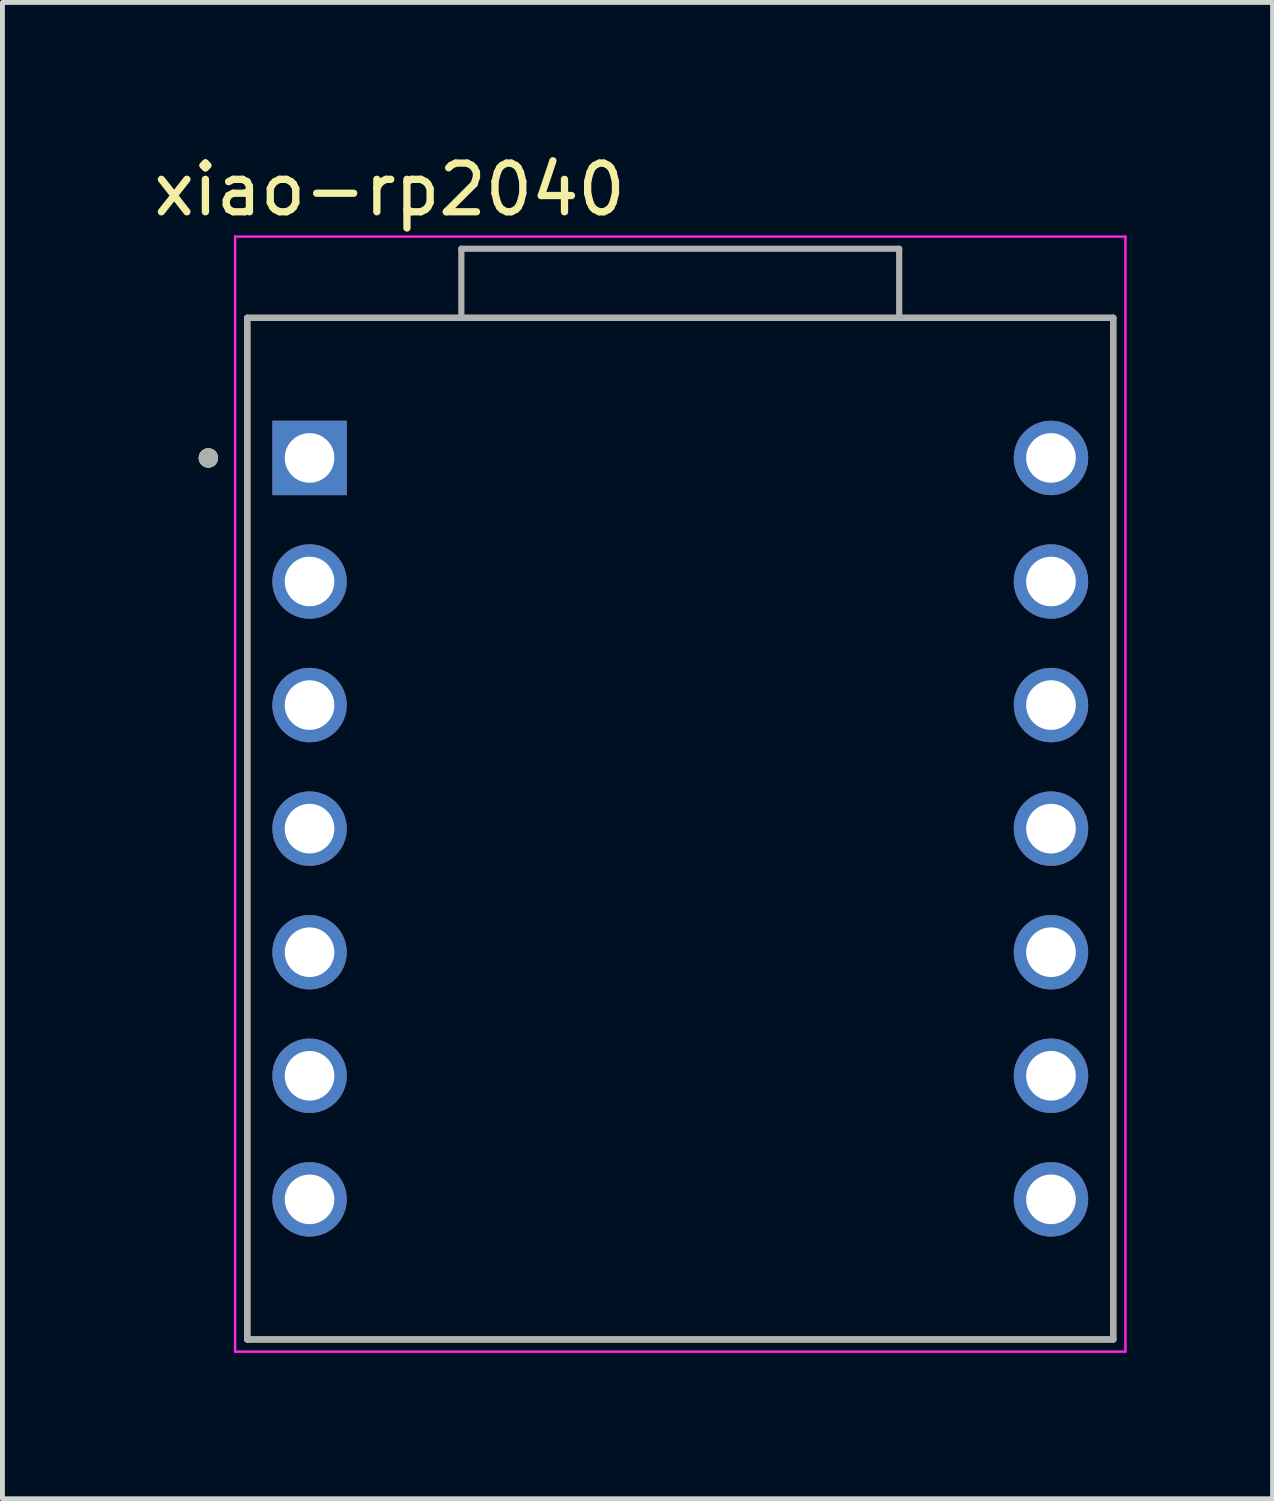
<source format=kicad_pcb>
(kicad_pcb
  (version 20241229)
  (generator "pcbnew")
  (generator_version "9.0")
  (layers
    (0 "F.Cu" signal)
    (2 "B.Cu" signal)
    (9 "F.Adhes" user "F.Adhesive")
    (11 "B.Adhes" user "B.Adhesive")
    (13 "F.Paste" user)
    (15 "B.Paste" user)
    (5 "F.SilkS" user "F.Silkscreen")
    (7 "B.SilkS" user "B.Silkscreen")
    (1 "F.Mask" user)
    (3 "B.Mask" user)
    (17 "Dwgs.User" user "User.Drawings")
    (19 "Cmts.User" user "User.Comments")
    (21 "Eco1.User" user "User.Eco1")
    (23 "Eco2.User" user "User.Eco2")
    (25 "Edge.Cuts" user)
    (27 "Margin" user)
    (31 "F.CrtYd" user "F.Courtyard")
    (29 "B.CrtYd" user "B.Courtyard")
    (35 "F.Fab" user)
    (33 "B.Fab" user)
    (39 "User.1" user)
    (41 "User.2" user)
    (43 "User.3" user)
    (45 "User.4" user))
  (footprint "xiao-rp2040"
    (layer "F.Cu")
    (at 10.933 13.983)
    (property "Reference" "xiao-rp2040" (at -5.975 -13.135 0) (layer "F.SilkS") (effects (font (size 1 1) (thickness 0.15))))
    (attr through_hole)
    (fp_line (start -8.9 -10.5) (end -8.9 10.5) (stroke (width 0.127) (type solid)) (layer "F.SilkS"))
    (fp_line (start -8.9 10.5) (end 8.9 10.5) (stroke (width 0.127) (type solid)) (layer "F.SilkS"))
    (fp_line (start 8.9 -10.5) (end -8.9 -10.5) (stroke (width 0.127) (type solid)) (layer "F.SilkS"))
    (fp_line (start 8.9 10.5) (end 8.9 -10.5) (stroke (width 0.127) (type solid)) (layer "F.SilkS"))
    (fp_circle (center -9.7 -7.62) (end -9.6 -7.62) (stroke (width 0.2) (type solid)) (fill no) (layer "F.SilkS"))
    (fp_line (start -9.15 -12.17) (end 9.15 -12.17) (stroke (width 0.05) (type solid)) (layer "F.CrtYd"))
    (fp_line (start -9.15 10.75) (end -9.15 -12.17) (stroke (width 0.05) (type solid)) (layer "F.CrtYd"))
    (fp_line (start 9.15 -12.17) (end 9.15 10.75) (stroke (width 0.05) (type solid)) (layer "F.CrtYd"))
    (fp_line (start 9.15 10.75) (end -9.15 10.75) (stroke (width 0.05) (type solid)) (layer "F.CrtYd"))
    (fp_line (start -8.9 -10.5) (end -8.9 10.5) (stroke (width 0.127) (type solid)) (layer "F.Fab"))
    (fp_line (start -8.9 10.5) (end 8.9 10.5) (stroke (width 0.127) (type solid)) (layer "F.Fab"))
    (fp_line (start -4.5 -11.92) (end 4.5 -11.92) (stroke (width 0.127) (type solid)) (layer "F.Fab"))
    (fp_line (start -4.5 -10.5) (end -8.9 -10.5) (stroke (width 0.127) (type solid)) (layer "F.Fab"))
    (fp_line (start -4.5 -10.5) (end -4.5 -11.92) (stroke (width 0.127) (type solid)) (layer "F.Fab"))
    (fp_line (start 4.5 -11.92) (end 4.5 -10.5) (stroke (width 0.127) (type solid)) (layer "F.Fab"))
    (fp_line (start 4.5 -10.5) (end -4.5 -10.5) (stroke (width 0.127) (type solid)) (layer "F.Fab"))
    (fp_line (start 8.9 -10.5) (end 4.5 -10.5) (stroke (width 0.127) (type solid)) (layer "F.Fab"))
    (fp_line (start 8.9 -10.5) (end 8.9 10.5) (stroke (width 0.127) (type solid)) (layer "F.Fab"))
    (fp_circle (center -9.7 -7.62) (end -9.6 -7.62) (stroke (width 0.2) (type solid)) (fill no) (layer "F.Fab"))
    (pad "1" thru_hole rect (at -7.62 -7.62) (size 1.53 1.53) (drill 1.02) (layers "*.Cu" "*.Mask"))
    (pad "2" thru_hole circle (at -7.62 -5.08) (size 1.53 1.53) (drill 1.02) (layers "*.Cu" "*.Mask"))
    (pad "3" thru_hole circle (at -7.62 -2.54) (size 1.53 1.53) (drill 1.02) (layers "*.Cu" "*.Mask"))
    (pad "4" thru_hole circle (at -7.62 0) (size 1.53 1.53) (drill 1.02) (layers "*.Cu" "*.Mask"))
    (pad "5" thru_hole circle (at -7.62 2.54) (size 1.53 1.53) (drill 1.02) (layers "*.Cu" "*.Mask"))
    (pad "6" thru_hole circle (at -7.62 5.08) (size 1.53 1.53) (drill 1.02) (layers "*.Cu" "*.Mask"))
    (pad "7" thru_hole circle (at -7.62 7.62) (size 1.53 1.53) (drill 1.02) (layers "*.Cu" "*.Mask"))
    (pad "8" thru_hole circle (at 7.62 7.62) (size 1.53 1.53) (drill 1.02) (layers "*.Cu" "*.Mask"))
    (pad "9" thru_hole circle (at 7.62 5.08) (size 1.53 1.53) (drill 1.02) (layers "*.Cu" "*.Mask"))
    (pad "10" thru_hole circle (at 7.62 2.54) (size 1.53 1.53) (drill 1.02) (layers "*.Cu" "*.Mask"))
    (pad "11" thru_hole circle (at 7.62 0) (size 1.53 1.53) (drill 1.02) (layers "*.Cu" "*.Mask"))
    (pad "12" thru_hole circle (at 7.62 -2.54) (size 1.53 1.53) (drill 1.02) (layers "*.Cu" "*.Mask"))
    (pad "13" thru_hole circle (at 7.62 -5.08) (size 1.53 1.53) (drill 1.02) (layers "*.Cu" "*.Mask"))
    (pad "14" thru_hole circle (at 7.62 -7.62) (size 1.53 1.53) (drill 1.02) (layers "*.Cu" "*.Mask")))
  (gr_rect
    (start -3 -3)
    (end 23.108 27.758)
    (stroke (width 0.1) (type default))
    (fill no)
    (layer "Edge.Cuts")))
</source>
